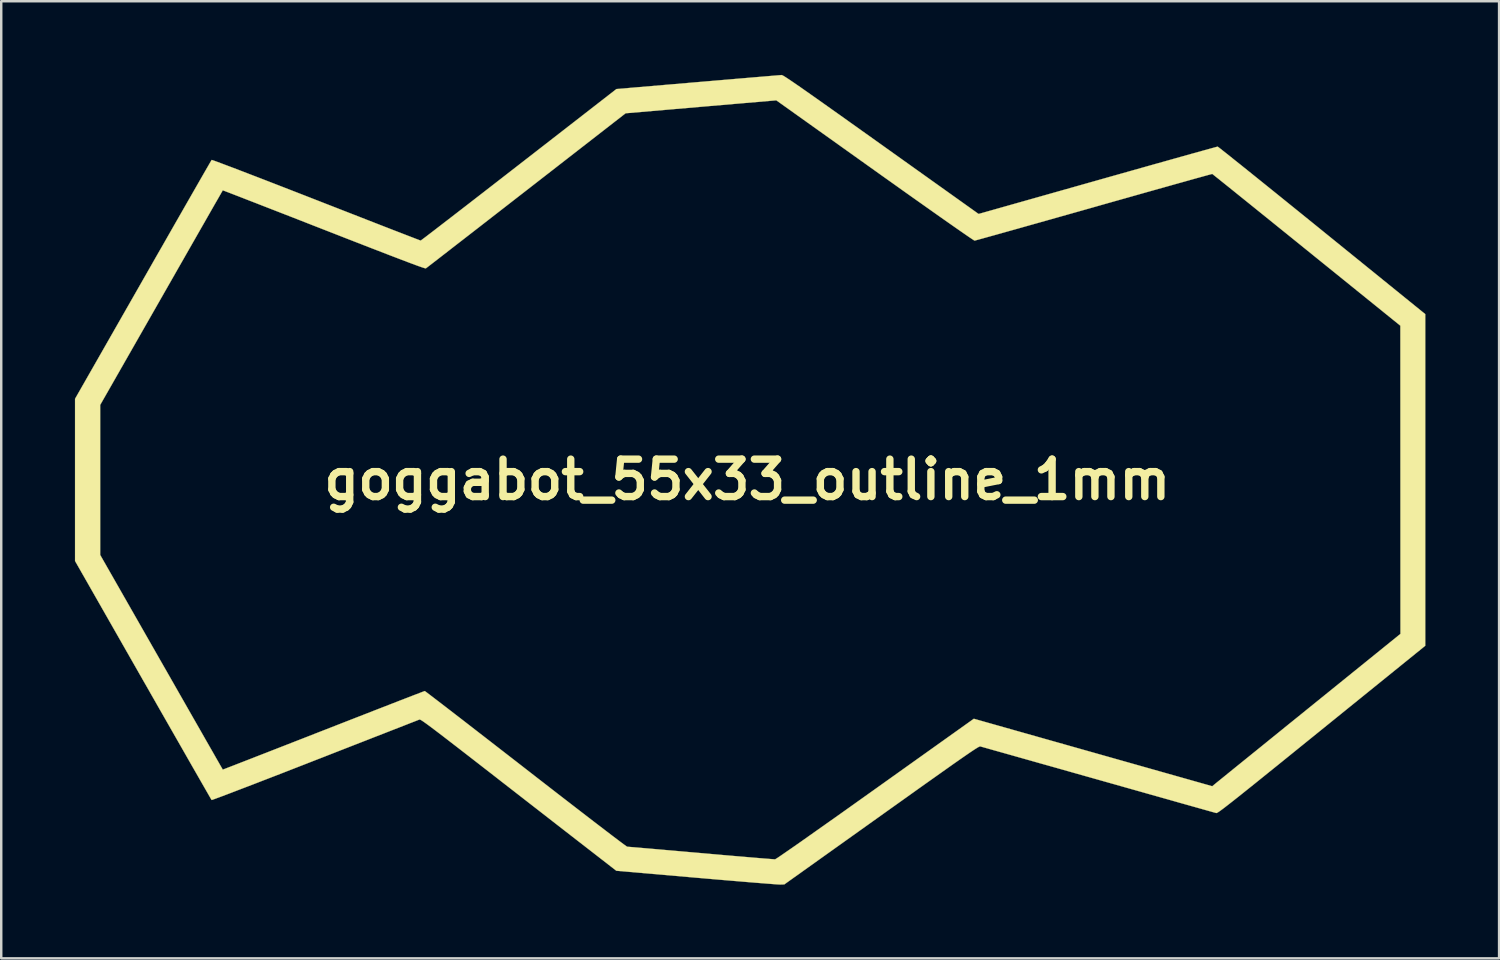
<source format=kicad_pcb>
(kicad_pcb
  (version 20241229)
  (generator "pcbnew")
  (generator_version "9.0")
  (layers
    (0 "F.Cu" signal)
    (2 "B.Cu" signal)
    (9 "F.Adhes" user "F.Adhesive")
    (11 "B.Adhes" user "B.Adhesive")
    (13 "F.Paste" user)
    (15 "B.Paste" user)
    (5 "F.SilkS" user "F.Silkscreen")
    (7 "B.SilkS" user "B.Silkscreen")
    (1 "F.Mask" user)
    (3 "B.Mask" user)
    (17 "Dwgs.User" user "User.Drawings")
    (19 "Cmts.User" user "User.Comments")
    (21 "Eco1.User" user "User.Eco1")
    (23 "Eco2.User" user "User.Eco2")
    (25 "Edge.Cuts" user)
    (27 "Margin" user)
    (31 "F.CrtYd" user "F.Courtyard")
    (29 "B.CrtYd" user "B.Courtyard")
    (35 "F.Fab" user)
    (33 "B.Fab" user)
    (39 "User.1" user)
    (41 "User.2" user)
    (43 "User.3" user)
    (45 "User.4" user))
  (footprint "goggabot_55x33_outline_1mm"
    (layer "F.Cu")
    (at 27.369 16.475)
    (property "Reference" "goggabot_55x33_outline_1mm" (at 0 0 0) (layer "F.SilkS") (effects (font (size 1.524 1.524) (thickness 0.3))))
    (attr through_hole)
    (fp_poly (pts (xy 1.414 -16.466) (xy 1.444 -16.452) (xy 1.488 -16.428) (xy 1.548 -16.391) (xy 1.627 -16.34) (xy 1.725 -16.275) (xy 1.846 -16.193) (xy 1.99 -16.094) (xy 2.16 -15.977) (xy 2.357 -15.839) (xy 2.583 -15.68) (xy 2.84 -15.499) (xy 3.13 -15.294) (xy 3.455 -15.063) (xy 3.817 -14.807) (xy 4.216 -14.522) (xy 4.656 -14.209) (xy 5.138 -13.866) (xy 5.449 -13.644) (xy 9.417 -10.815) (xy 14.263 -12.186) (xy 14.768 -12.329) (xy 15.258 -12.467) (xy 15.732 -12.601) (xy 16.186 -12.729) (xy 16.618 -12.851) (xy 17.025 -12.965) (xy 17.405 -13.072) (xy 17.754 -13.17) (xy 18.071 -13.259) (xy 18.353 -13.337) (xy 18.596 -13.405) (xy 18.799 -13.461) (xy 18.958 -13.505) (xy 19.071 -13.536) (xy 19.135 -13.552) (xy 19.149 -13.556) (xy 19.174 -13.538) (xy 19.24 -13.488) (xy 19.345 -13.405) (xy 19.487 -13.293) (xy 19.663 -13.153) (xy 19.871 -12.986) (xy 20.111 -12.795) (xy 20.378 -12.58) (xy 20.672 -12.344) (xy 20.99 -12.088) (xy 21.33 -11.814) (xy 21.691 -11.523) (xy 22.069 -11.217) (xy 22.463 -10.899) (xy 22.872 -10.568) (xy 23.291 -10.229) (xy 23.394 -10.145) (xy 27.6 -6.737) (xy 27.6 6.762) (xy 23.382 10.175) (xy 22.876 10.584) (xy 22.411 10.96) (xy 21.986 11.304) (xy 21.599 11.617) (xy 21.247 11.9) (xy 20.93 12.156) (xy 20.646 12.385) (xy 20.392 12.588) (xy 20.167 12.768) (xy 19.969 12.926) (xy 19.797 13.062) (xy 19.648 13.179) (xy 19.522 13.277) (xy 19.416 13.359) (xy 19.328 13.425) (xy 19.257 13.477) (xy 19.202 13.516) (xy 19.159 13.543) (xy 19.128 13.561) (xy 19.107 13.57) (xy 19.094 13.572) (xy 19.093 13.572) (xy 19.059 13.562) (xy 18.975 13.539) (xy 18.843 13.502) (xy 18.666 13.452) (xy 18.446 13.39) (xy 18.187 13.317) (xy 17.892 13.234) (xy 17.561 13.141) (xy 17.2 13.038) (xy 16.81 12.928) (xy 16.394 12.811) (xy 15.954 12.686) (xy 15.494 12.556) (xy 15.017 12.421) (xy 14.524 12.282) (xy 14.291 12.216) (xy 13.792 12.075) (xy 13.307 11.938) (xy 12.838 11.805) (xy 12.389 11.678) (xy 11.961 11.558) (xy 11.559 11.444) (xy 11.183 11.338) (xy 10.838 11.24) (xy 10.526 11.152) (xy 10.249 11.074) (xy 10.01 11.007) (xy 9.813 10.951) (xy 9.66 10.908) (xy 9.553 10.878) (xy 9.495 10.862) (xy 9.486 10.86) (xy 9.472 10.86) (xy 9.452 10.866) (xy 9.421 10.881) (xy 9.379 10.904) (xy 9.323 10.938) (xy 9.252 10.983) (xy 9.163 11.042) (xy 9.054 11.115) (xy 8.925 11.204) (xy 8.771 11.31) (xy 8.593 11.434) (xy 8.387 11.578) (xy 8.153 11.744) (xy 7.887 11.932) (xy 7.588 12.144) (xy 7.253 12.381) (xy 6.882 12.645) (xy 6.473 12.937) (xy 6.022 13.258) (xy 5.528 13.61) (xy 5.46 13.659) (xy 1.508 16.477) (xy 1.342 16.482) (xy 1.293 16.48) (xy 1.193 16.474) (xy 1.045 16.463) (xy 0.852 16.448) (xy 0.619 16.43) (xy 0.349 16.409) (xy 0.046 16.384) (xy -0.287 16.356) (xy -0.646 16.326) (xy -1.027 16.294) (xy -1.427 16.26) (xy -1.843 16.224) (xy -2.077 16.204) (xy -5.329 15.922) (xy -6.365 15.117) (xy -6.519 14.998) (xy -6.712 14.848) (xy -6.941 14.671) (xy -7.202 14.468) (xy -7.492 14.243) (xy -7.806 13.999) (xy -8.14 13.739) (xy -8.491 13.466) (xy -8.856 13.183) (xy -9.229 12.893) (xy -9.607 12.599) (xy -9.987 12.304) (xy -10.342 12.027) (xy -10.765 11.699) (xy -11.147 11.402) (xy -11.489 11.137) (xy -11.794 10.901) (xy -12.064 10.693) (xy -12.301 10.51) (xy -12.507 10.352) (xy -12.685 10.217) (xy -12.836 10.103) (xy -12.962 10.009) (xy -13.066 9.933) (xy -13.15 9.873) (xy -13.216 9.828) (xy -13.266 9.796) (xy -13.302 9.776) (xy -13.327 9.766) (xy -13.342 9.764) (xy -13.344 9.765) (xy -13.377 9.778) (xy -13.457 9.809) (xy -13.584 9.859) (xy -13.755 9.925) (xy -13.965 10.008) (xy -14.214 10.105) (xy -14.497 10.215) (xy -14.813 10.339) (xy -15.158 10.473) (xy -15.53 10.619) (xy -15.926 10.773) (xy -16.343 10.936) (xy -16.778 11.106) (xy -17.229 11.283) (xy -17.595 11.425) (xy -18.055 11.605) (xy -18.502 11.779) (xy -18.932 11.947) (xy -19.343 12.106) (xy -19.732 12.256) (xy -20.095 12.397) (xy -20.432 12.526) (xy -20.738 12.643) (xy -21.011 12.748) (xy -21.248 12.838) (xy -21.447 12.913) (xy -21.605 12.971) (xy -21.719 13.013) (xy -21.786 13.036) (xy -21.804 13.04) (xy -21.82 13.014) (xy -21.862 12.943) (xy -21.928 12.828) (xy -22.018 12.671) (xy -22.13 12.476) (xy -22.263 12.244) (xy -22.416 11.977) (xy -22.587 11.679) (xy -22.775 11.35) (xy -22.978 10.994) (xy -23.196 10.613) (xy -23.427 10.209) (xy -23.67 9.784) (xy -23.924 9.34) (xy -24.186 8.881) (xy -24.456 8.407) (xy -24.595 8.165) (xy -27.364 3.311) (xy -27.364 -3.041) (xy -26.341 -3.041) (xy -26.341 3.065) (xy -23.848 7.433) (xy -23.588 7.887) (xy -23.336 8.329) (xy -23.093 8.755) (xy -22.86 9.163) (xy -22.639 9.551) (xy -22.43 9.916) (xy -22.235 10.257) (xy -22.057 10.57) (xy -21.895 10.853) (xy -21.751 11.104) (xy -21.628 11.321) (xy -21.525 11.5) (xy -21.445 11.641) (xy -21.388 11.739) (xy -21.357 11.794) (xy -21.35 11.805) (xy -21.325 11.795) (xy -21.25 11.767) (xy -21.13 11.72) (xy -20.966 11.657) (xy -20.761 11.577) (xy -20.519 11.483) (xy -20.241 11.375) (xy -19.932 11.254) (xy -19.592 11.122) (xy -19.226 10.979) (xy -18.836 10.827) (xy -18.424 10.666) (xy -17.993 10.498) (xy -17.547 10.323) (xy -17.252 10.208) (xy -16.796 10.03) (xy -16.354 9.857) (xy -15.929 9.691) (xy -15.523 9.533) (xy -15.14 9.383) (xy -14.781 9.244) (xy -14.45 9.115) (xy -14.15 8.998) (xy -13.882 8.895) (xy -13.651 8.805) (xy -13.458 8.731) (xy -13.307 8.673) (xy -13.2 8.632) (xy -13.141 8.61) (xy -13.128 8.606) (xy -13.104 8.622) (xy -13.038 8.671) (xy -12.933 8.751) (xy -12.79 8.86) (xy -12.613 8.996) (xy -12.402 9.157) (xy -12.161 9.343) (xy -11.891 9.551) (xy -11.595 9.779) (xy -11.275 10.027) (xy -10.933 10.292) (xy -10.571 10.572) (xy -10.191 10.867) (xy -9.795 11.174) (xy -9.386 11.491) (xy -9.023 11.773) (xy -8.565 12.129) (xy -8.125 12.47) (xy -7.706 12.795) (xy -7.308 13.102) (xy -6.935 13.39) (xy -6.586 13.659) (xy -6.265 13.906) (xy -5.973 14.129) (xy -5.712 14.329) (xy -5.484 14.503) (xy -5.289 14.65) (xy -5.131 14.769) (xy -5.011 14.858) (xy -4.93 14.916) (xy -4.89 14.942) (xy -4.887 14.943) (xy -4.852 14.946) (xy -4.766 14.953) (xy -4.631 14.964) (xy -4.453 14.979) (xy -4.234 14.998) (xy -3.978 15.02) (xy -3.689 15.045) (xy -3.371 15.073) (xy -3.027 15.103) (xy -2.661 15.135) (xy -2.276 15.169) (xy -1.881 15.203) (xy -1.482 15.238) (xy -1.097 15.272) (xy -0.73 15.304) (xy -0.386 15.333) (xy -0.067 15.36) (xy 0.222 15.385) (xy 0.479 15.406) (xy 0.698 15.424) (xy 0.877 15.438) (xy 1.012 15.448) (xy 1.099 15.455) (xy 1.134 15.456) (xy 1.165 15.439) (xy 1.239 15.392) (xy 1.355 15.314) (xy 1.51 15.207) (xy 1.704 15.073) (xy 1.935 14.913) (xy 2.201 14.727) (xy 2.5 14.516) (xy 2.83 14.283) (xy 3.191 14.028) (xy 3.581 13.753) (xy 3.997 13.458) (xy 4.438 13.144) (xy 4.903 12.813) (xy 5.214 12.592) (xy 9.224 9.734) (xy 18.929 12.481) (xy 19.059 12.374) (xy 19.094 12.345) (xy 19.17 12.283) (xy 19.284 12.191) (xy 19.435 12.069) (xy 19.619 11.919) (xy 19.835 11.744) (xy 20.08 11.546) (xy 20.352 11.326) (xy 20.649 11.086) (xy 20.968 10.828) (xy 21.307 10.553) (xy 21.663 10.265) (xy 22.035 9.963) (xy 22.421 9.652) (xy 22.817 9.331) (xy 22.889 9.273) (xy 26.59 6.279) (xy 26.588 0.006) (xy 26.586 -6.267) (xy 22.769 -9.352) (xy 22.367 -9.677) (xy 21.976 -9.993) (xy 21.599 -10.297) (xy 21.238 -10.589) (xy 20.895 -10.865) (xy 20.572 -11.126) (xy 20.272 -11.368) (xy 19.996 -11.59) (xy 19.747 -11.791) (xy 19.527 -11.968) (xy 19.337 -12.12) (xy 19.182 -12.245) (xy 19.061 -12.341) (xy 18.978 -12.407) (xy 18.936 -12.441) (xy 18.93 -12.445) (xy 18.901 -12.438) (xy 18.822 -12.417) (xy 18.695 -12.383) (xy 18.523 -12.335) (xy 18.308 -12.276) (xy 18.053 -12.205) (xy 17.762 -12.123) (xy 17.435 -12.032) (xy 17.077 -11.931) (xy 16.689 -11.822) (xy 16.275 -11.706) (xy 15.837 -11.582) (xy 15.378 -11.452) (xy 14.901 -11.318) (xy 14.407 -11.178) (xy 14.109 -11.093) (xy 13.607 -10.951) (xy 13.119 -10.813) (xy 12.647 -10.68) (xy 12.195 -10.552) (xy 11.765 -10.431) (xy 11.359 -10.317) (xy 10.981 -10.21) (xy 10.633 -10.113) (xy 10.318 -10.024) (xy 10.039 -9.946) (xy 9.797 -9.879) (xy 9.597 -9.823) (xy 9.44 -9.78) (xy 9.329 -9.75) (xy 9.267 -9.733) (xy 9.255 -9.731) (xy 9.226 -9.746) (xy 9.154 -9.793) (xy 9.04 -9.869) (xy 8.886 -9.975) (xy 8.694 -10.108) (xy 8.465 -10.267) (xy 8.201 -10.452) (xy 7.903 -10.661) (xy 7.574 -10.893) (xy 7.215 -11.147) (xy 6.827 -11.421) (xy 6.412 -11.715) (xy 5.973 -12.028) (xy 5.509 -12.357) (xy 5.191 -12.584) (xy 1.183 -15.441) (xy -1.885 -15.178) (xy -4.952 -14.914) (xy -8.996 -11.771) (xy -9.414 -11.447) (xy -9.82 -11.131) (xy -10.213 -10.826) (xy -10.589 -10.534) (xy -10.948 -10.255) (xy -11.287 -9.992) (xy -11.603 -9.747) (xy -11.895 -9.521) (xy -12.16 -9.315) (xy -12.396 -9.132) (xy -12.601 -8.973) (xy -12.773 -8.84) (xy -12.909 -8.735) (xy -13.008 -8.659) (xy -13.067 -8.613) (xy -13.085 -8.601) (xy -13.103 -8.602) (xy -13.148 -8.614) (xy -13.22 -8.637) (xy -13.321 -8.672) (xy -13.454 -8.719) (xy -13.619 -8.78) (xy -13.819 -8.855) (xy -14.055 -8.945) (xy -14.33 -9.05) (xy -14.644 -9.17) (xy -14.999 -9.308) (xy -15.398 -9.462) (xy -15.843 -9.635) (xy -16.334 -9.826) (xy -16.873 -10.037) (xy -17.237 -10.179) (xy -17.693 -10.357) (xy -18.134 -10.53) (xy -18.559 -10.696) (xy -18.965 -10.854) (xy -19.348 -11.003) (xy -19.706 -11.142) (xy -20.036 -11.271) (xy -20.336 -11.387) (xy -20.602 -11.491) (xy -20.832 -11.58) (xy -21.024 -11.654) (xy -21.174 -11.712) (xy -21.28 -11.752) (xy -21.339 -11.774) (xy -21.351 -11.778) (xy -21.365 -11.754) (xy -21.405 -11.684) (xy -21.47 -11.57) (xy -21.558 -11.416) (xy -21.669 -11.224) (xy -21.8 -10.995) (xy -21.95 -10.732) (xy -22.117 -10.439) (xy -22.302 -10.116) (xy -22.501 -9.767) (xy -22.715 -9.393) (xy -22.94 -8.998) (xy -23.177 -8.584) (xy -23.423 -8.152) (xy -23.678 -7.706) (xy -23.849 -7.406) (xy -26.341 -3.041) (xy -27.364 -3.041) (xy -27.364 -3.29) (xy -24.595 -8.14) (xy -24.321 -8.62) (xy -24.055 -9.087) (xy -23.796 -9.538) (xy -23.548 -9.973) (xy -23.311 -10.388) (xy -23.086 -10.781) (xy -22.875 -11.15) (xy -22.679 -11.492) (xy -22.499 -11.806) (xy -22.337 -12.089) (xy -22.194 -12.338) (xy -22.071 -12.552) (xy -21.969 -12.728) (xy -21.891 -12.864) (xy -21.836 -12.958) (xy -21.807 -13.007) (xy -21.803 -13.014) (xy -21.775 -13.007) (xy -21.699 -12.981) (xy -21.576 -12.936) (xy -21.41 -12.874) (xy -21.203 -12.796) (xy -20.958 -12.704) (xy -20.678 -12.597) (xy -20.366 -12.477) (xy -20.023 -12.345) (xy -19.654 -12.203) (xy -19.26 -12.05) (xy -18.845 -11.889) (xy -18.41 -11.72) (xy -17.959 -11.544) (xy -17.551 -11.385) (xy -17.088 -11.204) (xy -16.639 -11.029) (xy -16.206 -10.86) (xy -15.793 -10.699) (xy -15.402 -10.546) (xy -15.035 -10.403) (xy -14.696 -10.271) (xy -14.387 -10.151) (xy -14.11 -10.044) (xy -13.87 -9.951) (xy -13.667 -9.873) (xy -13.506 -9.811) (xy -13.388 -9.766) (xy -13.317 -9.739) (xy -13.295 -9.731) (xy -13.27 -9.748) (xy -13.205 -9.797) (xy -13.099 -9.876) (xy -12.957 -9.985) (xy -12.78 -10.12) (xy -12.57 -10.282) (xy -12.33 -10.467) (xy -12.061 -10.674) (xy -11.766 -10.902) (xy -11.447 -11.148) (xy -11.106 -11.412) (xy -10.746 -11.691) (xy -10.368 -11.984) (xy -9.975 -12.289) (xy -9.569 -12.604) (xy -9.297 -12.815) (xy -5.326 -15.9) (xy -2.006 -16.183) (xy -1.581 -16.219) (xy -1.171 -16.254) (xy -0.778 -16.287) (xy -0.407 -16.319) (xy -0.061 -16.348) (xy 0.257 -16.375) (xy 0.543 -16.399) (xy 0.794 -16.42) (xy 1.006 -16.438) (xy 1.176 -16.452) (xy 1.301 -16.462) (xy 1.376 -16.468) (xy 1.397 -16.47) (xy 1.414 -16.466)) (stroke (width 0.01) (type solid)) (fill yes) (layer "F.SilkS")))
  (gr_rect
    (start -3 -3)
    (end 57.974 35.962)
    (stroke (width 0.1) (type default))
    (fill no)
    (layer "Edge.Cuts")))
</source>
